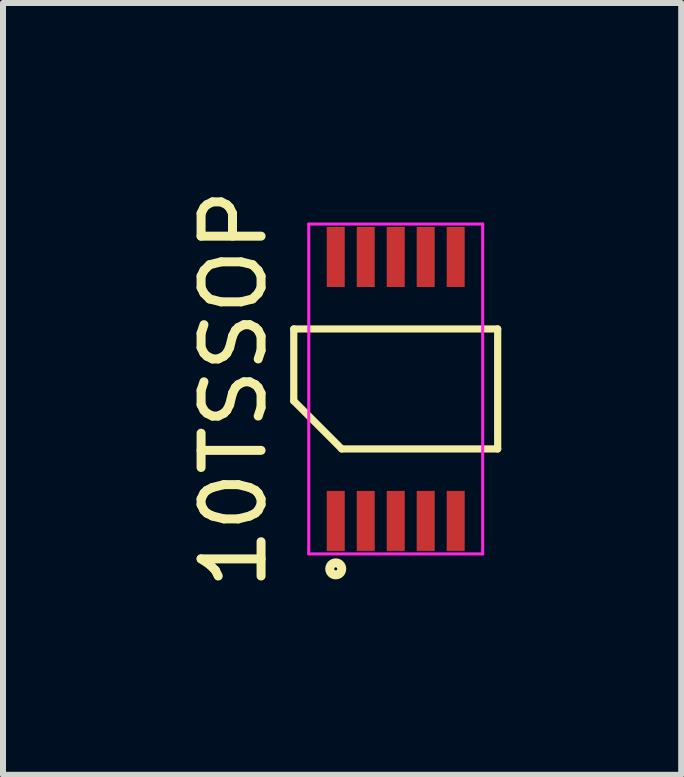
<source format=kicad_pcb>
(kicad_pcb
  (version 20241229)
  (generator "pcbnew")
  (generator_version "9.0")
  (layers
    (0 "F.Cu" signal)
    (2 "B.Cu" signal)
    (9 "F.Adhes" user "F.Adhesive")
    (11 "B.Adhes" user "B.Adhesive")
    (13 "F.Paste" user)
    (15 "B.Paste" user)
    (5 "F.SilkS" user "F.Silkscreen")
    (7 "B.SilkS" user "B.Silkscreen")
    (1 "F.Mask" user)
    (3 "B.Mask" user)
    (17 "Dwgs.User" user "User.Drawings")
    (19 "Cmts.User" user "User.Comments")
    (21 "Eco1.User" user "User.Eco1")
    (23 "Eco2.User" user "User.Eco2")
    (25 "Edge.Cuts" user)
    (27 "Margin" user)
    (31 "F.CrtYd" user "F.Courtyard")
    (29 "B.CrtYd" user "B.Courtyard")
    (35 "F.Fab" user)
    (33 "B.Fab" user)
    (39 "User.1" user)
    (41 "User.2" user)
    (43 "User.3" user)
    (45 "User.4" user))
  (footprint "10TSSOP"
    (layer "F.Cu")
    (at 3.548 3.435)
    (property "Reference" "10TSSOP" (at -2.7 0 90) (layer "F.SilkS") (effects (font (size 1 1) (thickness 0.15))))
    (attr smd)
    (fp_line (start -1.7 -1) (end 1.7 -1) (stroke (width 0.12) (type solid)) (layer "F.SilkS"))
    (fp_line (start -1.7 0.2) (end -1.7 -1) (stroke (width 0.12) (type solid)) (layer "F.SilkS"))
    (fp_line (start -0.9 1) (end -1.7 0.2) (stroke (width 0.12) (type solid)) (layer "F.SilkS"))
    (fp_line (start 1.7 -1) (end 1.7 1) (stroke (width 0.12) (type solid)) (layer "F.SilkS"))
    (fp_line (start 1.7 1) (end -0.9 1) (stroke (width 0.12) (type solid)) (layer "F.SilkS"))
    (fp_circle (center -1 3) (end -1 3.1) (stroke (width 0.15) (type solid)) (fill no) (layer "F.SilkS"))
    (fp_line (start -1.45 -2.75) (end 1.45 -2.75) (stroke (width 0.05) (type solid)) (layer "F.CrtYd"))
    (fp_line (start -1.45 2.75) (end -1.45 -2.75) (stroke (width 0.05) (type solid)) (layer "F.CrtYd"))
    (fp_line (start 1.45 -2.75) (end 1.45 2.75) (stroke (width 0.05) (type solid)) (layer "F.CrtYd"))
    (fp_line (start 1.45 2.75) (end -1.45 2.75) (stroke (width 0.05) (type solid)) (layer "F.CrtYd"))
    (pad "1" smd rect (at -1 2.2) (size 0.3 1) (layers "F.Cu" "F.Mask" "F.Paste"))
    (pad "2" smd rect (at -0.5 2.2) (size 0.3 1) (layers "F.Cu" "F.Mask" "F.Paste"))
    (pad "3" smd rect (at 0 2.2) (size 0.3 1) (layers "F.Cu" "F.Mask" "F.Paste"))
    (pad "4" smd rect (at 0.5 2.2) (size 0.3 1) (layers "F.Cu" "F.Mask" "F.Paste"))
    (pad "5" smd rect (at 1 2.2) (size 0.3 1) (layers "F.Cu" "F.Mask" "F.Paste"))
    (pad "6" smd rect (at 1 -2.2) (size 0.3 1) (layers "F.Cu" "F.Mask" "F.Paste"))
    (pad "7" smd rect (at 0.5 -2.2) (size 0.3 1) (layers "F.Cu" "F.Mask" "F.Paste"))
    (pad "8" smd rect (at 0 -2.2) (size 0.3 1) (layers "F.Cu" "F.Mask" "F.Paste"))
    (pad "9" smd rect (at -0.5 -2.2) (size 0.3 1) (layers "F.Cu" "F.Mask" "F.Paste"))
    (pad "10" smd rect (at -1 -2.2) (size 0.3 1) (layers "F.Cu" "F.Mask" "F.Paste")))
  (gr_rect
    (start -3 -3)
    (end 8.308 9.869)
    (stroke (width 0.1) (type default))
    (fill no)
    (layer "Edge.Cuts")))
</source>
